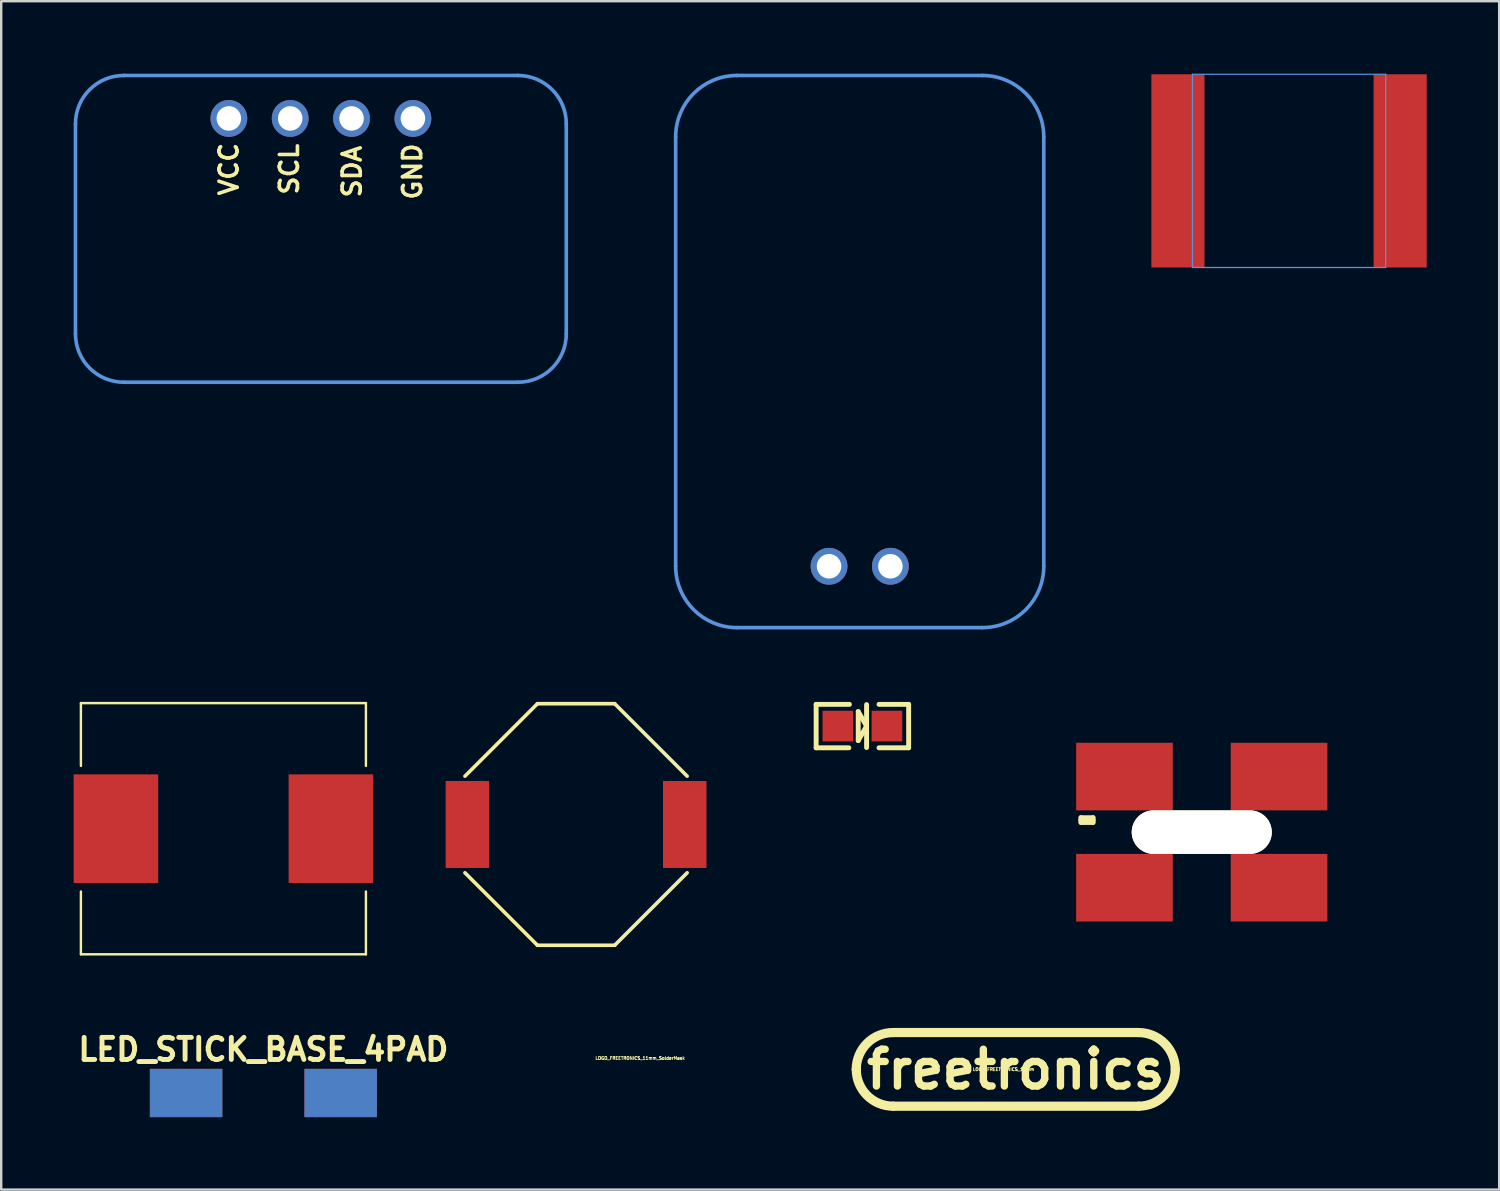
<source format=kicad_pcb>
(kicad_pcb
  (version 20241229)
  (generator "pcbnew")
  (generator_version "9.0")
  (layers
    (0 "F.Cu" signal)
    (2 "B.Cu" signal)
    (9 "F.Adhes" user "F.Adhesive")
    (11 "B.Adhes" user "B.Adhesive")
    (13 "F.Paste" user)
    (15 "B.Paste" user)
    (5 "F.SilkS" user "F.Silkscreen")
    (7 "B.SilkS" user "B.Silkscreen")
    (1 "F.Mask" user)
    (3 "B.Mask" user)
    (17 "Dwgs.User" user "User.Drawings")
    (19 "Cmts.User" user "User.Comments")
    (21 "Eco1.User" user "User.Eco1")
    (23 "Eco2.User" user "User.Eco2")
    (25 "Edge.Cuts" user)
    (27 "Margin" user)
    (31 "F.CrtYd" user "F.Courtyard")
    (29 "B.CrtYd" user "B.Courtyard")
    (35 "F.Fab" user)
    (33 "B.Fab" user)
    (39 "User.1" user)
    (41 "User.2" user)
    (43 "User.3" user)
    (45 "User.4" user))
  (footprint "FT_MODULE_SOUND"
    (layer "F.Cu")
    (at 31.274 20.395)
    (property "Reference" "FT_MODULE_SOUND" (at 1.27 -2.54 0) (layer "Eco1.User") (effects (font (size 1.27 1.27) (thickness 0.127))))
    (attr through_hole)
    (fp_line (start -6.35 -17.78) (end -6.35 0) (stroke (width 0.15) (type solid)) (layer "Cmts.User"))
    (fp_line (start -3.81 2.54) (end 6.35 2.54) (stroke (width 0.15) (type solid)) (layer "Cmts.User"))
    (fp_line (start 6.35 -20.32) (end -3.81 -20.32) (stroke (width 0.15) (type solid)) (layer "Cmts.User"))
    (fp_line (start 8.89 0) (end 8.89 -17.78) (stroke (width 0.15) (type solid)) (layer "Cmts.User"))
    (fp_arc (start -6.35 -17.78) (mid -5.606051 -19.576051) (end -3.81 -20.32) (stroke (width 0.15) (type solid)) (layer "Cmts.User"))
    (fp_arc (start -3.81 2.54) (mid -5.606051 1.796051) (end -6.35 0) (stroke (width 0.15) (type solid)) (layer "Cmts.User"))
    (fp_arc (start 6.35 -20.32) (mid 8.146051 -19.576051) (end 8.89 -17.78) (stroke (width 0.15) (type solid)) (layer "Cmts.User"))
    (fp_arc (start 8.89 0) (mid 8.146051 1.796051) (end 6.35 2.54) (stroke (width 0.15) (type solid)) (layer "Cmts.User"))
    (pad "1" thru_hole oval (at 0 0 90) (size 1.524 1.524) (drill 1.016) (layers "*.Cu" "*.Mask"))
    (pad "2" thru_hole oval (at 2.54 0 90) (size 1.524 1.524) (drill 1.016) (layers "*.Cu" "*.Mask")))
  (footprint "IND_SRN8040"
    (layer "F.Cu")
    (at 50.319 4.025)
    (property "Reference" "IND_SRN8040" (at 0 -2 0) (layer "Eco1.User") (effects (font (size 0.6 0.6) (thickness 0.1))))
    (attr through_hole)
    (fp_line (start -4 -4) (end -4 4) (stroke (width 0.05) (type solid)) (layer "Cmts.User"))
    (fp_line (start -4 4) (end 4 4) (stroke (width 0.05) (type solid)) (layer "Cmts.User"))
    (fp_line (start 4 -4) (end -4 -4) (stroke (width 0.05) (type solid)) (layer "Cmts.User"))
    (fp_line (start 4 4) (end 4 -4) (stroke (width 0.05) (type solid)) (layer "Cmts.User"))
    (pad "1" smd rect (at -4.6 0) (size 2.2 8) (layers "F.Cu" "F.Mask" "F.Paste"))
    (pad "2" smd rect (at 4.6 0) (size 2.2 8) (layers "F.Cu" "F.Mask" "F.Paste")))
  (footprint "LED_CUBE_BASE_4PIN"
    (layer "F.Cu")
    (at 46.705 31.402)
    (property "Reference" "LED_CUBE_BASE_4PIN" (at 0 -4.501 0) (layer "Eco1.User") (effects (font (size 0.914 0.914) (thickness 0.203))))
    (attr smd)
    (fp_line (start -5.001 -0.599) (end -4.501 -0.599) (stroke (width 0.201) (type solid)) (layer "F.SilkS"))
    (fp_line (start -5.001 -0.498) (end -5.001 -0.599) (stroke (width 0.201) (type solid)) (layer "F.SilkS"))
    (fp_line (start -5.001 -0.498) (end -5.001 -0.399) (stroke (width 0.201) (type solid)) (layer "F.SilkS"))
    (fp_line (start -5.001 -0.399) (end -4.501 -0.399) (stroke (width 0.201) (type solid)) (layer "F.SilkS"))
    (fp_line (start -4.501 -0.599) (end -4.501 -0.498) (stroke (width 0.201) (type solid)) (layer "F.SilkS"))
    (fp_line (start -4.501 -0.498) (end -5.001 -0.498) (stroke (width 0.201) (type solid)) (layer "F.SilkS"))
    (fp_line (start -4.501 -0.399) (end -4.501 -0.498) (stroke (width 0.201) (type solid)) (layer "F.SilkS"))
    (pad "" np_thru_hole oval (at 0 0) (size 5.799 1.801) (drill oval 5.799 1.801) (layers "*.Cu" "*.Mask" "F.SilkS"))
    (pad "1" smd rect (at -3.2 -2.301) (size 4 2.799) (layers "F.Cu" "F.Mask" "F.Paste"))
    (pad "2" smd rect (at 3.2 -2.301) (size 4 2.799) (layers "F.Cu" "F.Mask" "F.Paste"))
    (pad "3" smd rect (at -3.2 2.301) (size 4 2.799) (layers "F.Cu" "F.Mask" "F.Paste"))
    (pad "4" smd rect (at 3.2 2.301) (size 4 2.799) (layers "F.Cu" "F.Mask" "F.Paste")))
  (footprint "IND_SRP1040"
    (layer "F.Cu")
    (at 6.2 31.26)
    (property "Reference" "IND_SRP1040" (at 0 -2 0) (layer "Eco1.User") (effects (font (size 0.6 0.6) (thickness 0.1))))
    (attr through_hole)
    (fp_line (start -5.9 -5.2) (end 5.9 -5.2) (stroke (width 0.1) (type solid)) (layer "F.SilkS"))
    (fp_line (start -5.9 -2.6) (end -5.9 -5.2) (stroke (width 0.1) (type solid)) (layer "F.SilkS"))
    (fp_line (start -5.9 2.6) (end -5.9 5.2) (stroke (width 0.1) (type solid)) (layer "F.SilkS"))
    (fp_line (start 5.9 -5.2) (end 5.9 -2.6) (stroke (width 0.1) (type solid)) (layer "F.SilkS"))
    (fp_line (start 5.9 5.2) (end -5.9 5.2) (stroke (width 0.1) (type solid)) (layer "F.SilkS"))
    (fp_line (start 5.9 5.2) (end 5.9 2.6) (stroke (width 0.1) (type solid)) (layer "F.SilkS"))
    (pad "1" smd rect (at -4.45 0) (size 3.5 4.5) (layers "F.Cu" "F.Mask" "F.Paste"))
    (pad "2" smd rect (at 4.45 0) (size 3.5 4.5) (layers "F.Cu" "F.Mask" "F.Paste")))
  (footprint "LED-0805-LARGE"
    (layer "F.Cu")
    (at 32.655 27.011)
    (property "Reference" "LED-0805-LARGE" (at 0 1.3 0) (layer "Eco1.User") (effects (font (size 0.5 0.5) (thickness 0.075))))
    (attr through_hole)
    (fp_line (start -1.915 -0.899) (end -1.915 0.899) (stroke (width 0.203) (type solid)) (layer "F.SilkS"))
    (fp_line (start -1.915 0.899) (end -0.561 0.899) (stroke (width 0.203) (type solid)) (layer "F.SilkS"))
    (fp_line (start -0.538 -0.899) (end -1.915 -0.899) (stroke (width 0.203) (type solid)) (layer "F.SilkS"))
    (fp_line (start -0.173 -0.599) (end -0.173 0.599) (stroke (width 0.203) (type solid)) (layer "F.SilkS"))
    (fp_line (start -0.173 0.599) (end 0.173 0) (stroke (width 0.203) (type solid)) (layer "F.SilkS"))
    (fp_line (start 0.173 -0.889) (end 0.173 0) (stroke (width 0.203) (type solid)) (layer "F.SilkS"))
    (fp_line (start 0.173 0) (end -0.173 -0.599) (stroke (width 0.203) (type solid)) (layer "F.SilkS"))
    (fp_line (start 0.173 0) (end 0.173 0.889) (stroke (width 0.203) (type solid)) (layer "F.SilkS"))
    (fp_line (start 0.688 -0.899) (end 1.915 -0.899) (stroke (width 0.203) (type solid)) (layer "F.SilkS"))
    (fp_line (start 1.915 -0.899) (end 1.915 0.899) (stroke (width 0.203) (type solid)) (layer "F.SilkS"))
    (fp_line (start 1.915 0.899) (end 0.688 0.899) (stroke (width 0.203) (type solid)) (layer "F.SilkS"))
    (pad "A" smd rect (at -1.016 0) (size 1.27 1.27) (layers "F.Cu" "F.Mask" "F.Paste"))
    (pad "K" smd rect (at 1.016 0) (size 1.27 1.27) (layers "F.Cu" "F.Mask" "F.Paste")))
  (footprint "LOGO_FREETRONICS_14mm"
    (layer "F.Cu")
    (at 39.005 41.224)
    (property "Reference" "LOGO_FREETRONICS_14mm" (at -0.508 0 0) (layer "F.SilkS") (effects (font (size 0.127 0.127) (thickness 0.032))))
    (attr through_hole)
    (fp_line (start -5.08 -1.524) (end 5.08 -1.524) (stroke (width 0.381) (type solid)) (layer "F.SilkS"))
    (fp_line (start 5.08 1.524) (end -5.08 1.524) (stroke (width 0.381) (type solid)) (layer "F.SilkS"))
    (fp_arc (start -6.604 0) (mid -6.157631 -1.077631) (end -5.08 -1.524) (stroke (width 0.381) (type solid)) (layer "F.SilkS"))
    (fp_arc (start -5.08 1.524) (mid -6.157631 1.077631) (end -6.604 0) (stroke (width 0.381) (type solid)) (layer "F.SilkS"))
    (fp_arc (start 5.08 -1.524) (mid 6.157631 -1.077631) (end 6.604 0) (stroke (width 0.381) (type solid)) (layer "F.SilkS"))
    (fp_arc (start 6.604 0) (mid 6.157631 1.077631) (end 5.08 1.524) (stroke (width 0.381) (type solid)) (layer "F.SilkS"))
    (fp_text user "freetronics" (at 0 0 0) (layer "F.SilkS") (effects (font (size 1.524 1.524) (thickness 0.305)))))
  (footprint "LOGO_FREETRONICS_11mm_SolderMask"
    (layer "F.Cu")
    (at 23.96 40.76)
    (property "Reference" "LOGO_FREETRONICS_11mm_SolderMask" (at -0.508 0 0) (layer "F.SilkS") (effects (font (size 0.127 0.127) (thickness 0.032))))
    (attr through_hole)
    (fp_line (start -4 -1.1) (end 4 -1.1) (stroke (width 0.3) (type solid)) (layer "F.Mask"))
    (fp_line (start 4 1.1) (end -4 1.1) (stroke (width 0.3) (type solid)) (layer "F.Mask"))
    (fp_arc (start -5.1 0) (mid -4.777817 -0.777817) (end -4 -1.1) (stroke (width 0.3) (type solid)) (layer "F.Mask"))
    (fp_arc (start -4 1.1) (mid -4.777817 0.777817) (end -5.1 0) (stroke (width 0.3) (type solid)) (layer "F.Mask"))
    (fp_arc (start 4 -1.1) (mid 4.777817 -0.777817) (end 5.1 0) (stroke (width 0.3) (type solid)) (layer "F.Mask"))
    (fp_arc (start 5.1 0) (mid 4.777817 0.777817) (end 4 1.1) (stroke (width 0.3) (type solid)) (layer "F.Mask"))
    (fp_text user "freetronics" (at 0 0 0) (layer "F.Mask") (effects (font (size 1 1) (thickness 0.25)))))
  (footprint "FT_MODULE_IMU9"
    (layer "F.Cu")
    (at 6.425 1.853)
    (property "Reference" "FT_MODULE_IMU9" (at 3.9 6.7 0) (layer "Eco1.User") (effects (font (size 1.27 1.27) (thickness 0.127))))
    (attr through_hole)
    (fp_line (start -6.35 0.222) (end -6.35 8.922) (stroke (width 0.15) (type solid)) (layer "Cmts.User"))
    (fp_line (start -4.35 -1.778) (end 11.97 -1.778) (stroke (width 0.15) (type solid)) (layer "Cmts.User"))
    (fp_line (start -4.35 10.922) (end 11.97 10.922) (stroke (width 0.15) (type solid)) (layer "Cmts.User"))
    (fp_line (start 13.97 0.222) (end 13.97 8.922) (stroke (width 0.15) (type solid)) (layer "Cmts.User"))
    (fp_arc (start -6.35 0.222) (mid -5.764214 -1.192214) (end -4.35 -1.778) (stroke (width 0.15) (type solid)) (layer "Cmts.User"))
    (fp_arc (start -4.35 10.922) (mid -5.764214 10.336214) (end -6.35 8.922) (stroke (width 0.15) (type solid)) (layer "Cmts.User"))
    (fp_arc (start 11.97 -1.778) (mid 13.384214 -1.192214) (end 13.97 0.222) (stroke (width 0.15) (type solid)) (layer "Cmts.User"))
    (fp_arc (start 13.97 8.922) (mid 13.384214 10.336214) (end 11.97 10.922) (stroke (width 0.15) (type solid)) (layer "Cmts.User"))
    (fp_text user "GND" (at 7.6 2.2 90) (layer "F.SilkS") (effects (font (size 0.75 0.75) (thickness 0.15))))
    (fp_text user "SCL" (at 2.5 2.1 90) (layer "F.SilkS") (effects (font (size 0.75 0.75) (thickness 0.15))))
    (fp_text user "SDA" (at 5.1 2.2 90) (layer "F.SilkS") (effects (font (size 0.75 0.75) (thickness 0.15))))
    (fp_text user "VCC" (at 0 2.1 90) (layer "F.SilkS") (effects (font (size 0.75 0.75) (thickness 0.15))))
    (pad "1" thru_hole oval (at 0 0 90) (size 1.524 1.524) (drill 1.016) (layers "*.Cu" "*.Mask"))
    (pad "2" thru_hole oval (at 2.54 0 90) (size 1.524 1.524) (drill 1.016) (layers "*.Cu" "*.Mask"))
    (pad "3" thru_hole oval (at 5.08 0 90) (size 1.524 1.524) (drill 1.016) (layers "*.Cu" "*.Mask"))
    (pad "4" thru_hole oval (at 7.62 0 90) (size 1.524 1.524) (drill 1.016) (layers "*.Cu" "*.Mask")))
  (footprint "IND_SRU1038"
    (layer "F.Cu")
    (at 20.8 31.085)
    (property "Reference" "IND_SRU1038" (at 0 -2.3 0) (layer "Eco1.User") (effects (font (size 0.8 0.8) (thickness 0.125))))
    (attr through_hole)
    (fp_line (start -1.6 -5) (end -4.6 -2) (stroke (width 0.15) (type solid)) (layer "F.SilkS"))
    (fp_line (start -1.6 5) (end -4.6 2) (stroke (width 0.15) (type solid)) (layer "F.SilkS"))
    (fp_line (start -1.6 5) (end 1.6 5) (stroke (width 0.15) (type solid)) (layer "F.SilkS"))
    (fp_line (start 1.6 -5) (end -1.6 -5) (stroke (width 0.15) (type solid)) (layer "F.SilkS"))
    (fp_line (start 1.6 -5) (end 4.6 -2) (stroke (width 0.15) (type solid)) (layer "F.SilkS"))
    (fp_line (start 1.6 5) (end 4.6 2) (stroke (width 0.15) (type solid)) (layer "F.SilkS"))
    (pad "1" smd rect (at -4.5 0) (size 1.8 3.6) (layers "F.Cu" "F.Mask" "F.Paste"))
    (pad "2" smd rect (at 4.5 0) (size 1.8 3.6) (layers "F.Cu" "F.Mask" "F.Paste")))
  (footprint "LED_STICK_BASE_4PAD"
    (layer "F.Cu")
    (at 7.855 42.202)
    (property "Reference" "LED_STICK_BASE_4PAD" (at 0 -1.801 0) (layer "F.SilkS") (effects (font (size 0.914 0.914) (thickness 0.203))))
    (attr smd)
    (pad "1" smd rect (at -3.2 0) (size 3 1.999) (layers "B.Cu" "B.Mask" "B.Paste"))
    (pad "2" smd rect (at 3.2 0) (size 3 1.999) (layers "B.Cu" "B.Mask" "B.Paste"))
    (pad "3" smd rect (at -3.2 0) (size 3 1.999) (layers "F.Cu" "F.Mask" "F.Paste"))
    (pad "4" smd rect (at 3.2 0) (size 3 1.999) (layers "F.Cu" "F.Mask" "F.Paste")))
  (gr_rect
    (start -3 -3)
    (end 59.019 46.202)
    (stroke (width 0.1) (type default))
    (fill no)
    (layer "Edge.Cuts")))
</source>
